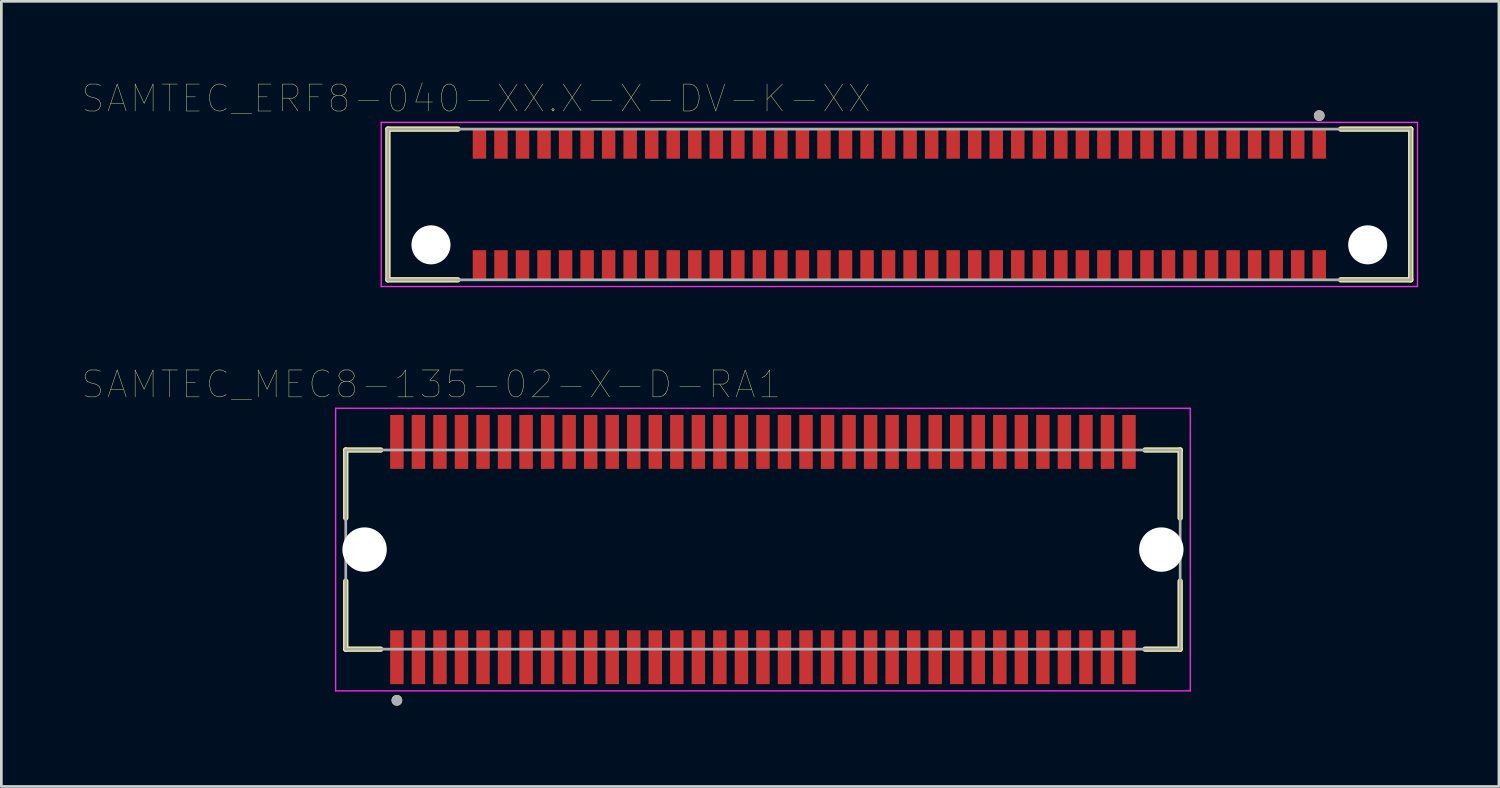
<source format=kicad_pcb>
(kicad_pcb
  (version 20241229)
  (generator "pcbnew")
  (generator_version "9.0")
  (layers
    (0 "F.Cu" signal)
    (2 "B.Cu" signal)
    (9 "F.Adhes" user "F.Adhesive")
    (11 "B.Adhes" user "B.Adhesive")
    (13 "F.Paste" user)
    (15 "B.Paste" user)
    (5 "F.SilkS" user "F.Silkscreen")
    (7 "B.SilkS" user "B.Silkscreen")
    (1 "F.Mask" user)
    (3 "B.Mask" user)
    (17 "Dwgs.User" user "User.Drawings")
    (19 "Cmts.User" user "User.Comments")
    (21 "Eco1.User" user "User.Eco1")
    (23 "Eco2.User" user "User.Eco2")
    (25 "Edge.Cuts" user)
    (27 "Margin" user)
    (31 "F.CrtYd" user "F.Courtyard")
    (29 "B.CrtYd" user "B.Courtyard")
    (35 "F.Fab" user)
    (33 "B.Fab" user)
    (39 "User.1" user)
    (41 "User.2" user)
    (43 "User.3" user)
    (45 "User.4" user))
  (footprint "SAMTEC_MEC8-135-02-X-D-RA1"
    (layer "F.Cu")
    (at 25.295 17.368)
    (property "Reference" "SAMTEC_MEC8-135-02-X-D-RA1" (at -12.325 -6.135 0) (layer "F.SilkS") (effects (font (size 1 1) (thickness 0.015))))
    (attr through_hole)
    (fp_line (start -15.5 -3.7) (end -15.5 -1.175) (stroke (width 0.2) (type solid)) (layer "F.SilkS"))
    (fp_line (start -15.5 1.175) (end -15.5 3.7) (stroke (width 0.2) (type solid)) (layer "F.SilkS"))
    (fp_line (start -15.5 3.7) (end -14.2 3.7) (stroke (width 0.2) (type solid)) (layer "F.SilkS"))
    (fp_line (start -14.2 -3.7) (end -15.5 -3.7) (stroke (width 0.2) (type solid)) (layer "F.SilkS"))
    (fp_line (start 14.2 3.7) (end 15.5 3.7) (stroke (width 0.2) (type solid)) (layer "F.SilkS"))
    (fp_line (start 15.5 -3.7) (end 14.2 -3.7) (stroke (width 0.2) (type solid)) (layer "F.SilkS"))
    (fp_line (start 15.5 -1.175) (end 15.5 -3.7) (stroke (width 0.2) (type solid)) (layer "F.SilkS"))
    (fp_line (start 15.5 3.7) (end 15.5 1.175) (stroke (width 0.2) (type solid)) (layer "F.SilkS"))
    (fp_circle (center -13.6 5.6) (end -13.5 5.6) (stroke (width 0.2) (type solid)) (fill no) (layer "F.SilkS"))
    (fp_line (start -15.875 -5.25) (end -15.875 5.25) (stroke (width 0.05) (type solid)) (layer "F.CrtYd"))
    (fp_line (start -15.875 5.25) (end 15.875 5.25) (stroke (width 0.05) (type solid)) (layer "F.CrtYd"))
    (fp_line (start 15.875 -5.25) (end -15.875 -5.25) (stroke (width 0.05) (type solid)) (layer "F.CrtYd"))
    (fp_line (start 15.875 5.25) (end 15.875 -5.25) (stroke (width 0.05) (type solid)) (layer "F.CrtYd"))
    (fp_line (start -15.5 -3.7) (end -15.5 3.7) (stroke (width 0.1) (type solid)) (layer "F.Fab"))
    (fp_line (start -15.5 3.7) (end 15.5 3.7) (stroke (width 0.1) (type solid)) (layer "F.Fab"))
    (fp_line (start 15.5 -3.7) (end -15.5 -3.7) (stroke (width 0.1) (type solid)) (layer "F.Fab"))
    (fp_line (start 15.5 3.7) (end 15.5 -3.7) (stroke (width 0.1) (type solid)) (layer "F.Fab"))
    (fp_circle (center -13.6 5.6) (end -13.5 5.6) (stroke (width 0.2) (type solid)) (fill no) (layer "F.Fab"))
    (pad "" np_thru_hole circle (at -14.8 0) (size 1.65 1.65) (drill 1.65) (layers "*.Cu" "*.Mask"))
    (pad "" np_thru_hole circle (at 14.8 0) (size 1.65 1.65) (drill 1.65) (layers "*.Cu" "*.Mask"))
    (pad "1" smd rect (at -13.6 4) (size 0.5 2) (layers "F.Cu" "F.Mask" "F.Paste"))
    (pad "2" smd rect (at -13.6 -4) (size 0.5 2) (layers "F.Cu" "F.Mask" "F.Paste"))
    (pad "3" smd rect (at -12.8 4) (size 0.5 2) (layers "F.Cu" "F.Mask" "F.Paste"))
    (pad "4" smd rect (at -12.8 -4) (size 0.5 2) (layers "F.Cu" "F.Mask" "F.Paste"))
    (pad "5" smd rect (at -12 4) (size 0.5 2) (layers "F.Cu" "F.Mask" "F.Paste"))
    (pad "6" smd rect (at -12 -4) (size 0.5 2) (layers "F.Cu" "F.Mask" "F.Paste"))
    (pad "7" smd rect (at -11.2 4) (size 0.5 2) (layers "F.Cu" "F.Mask" "F.Paste"))
    (pad "8" smd rect (at -11.2 -4) (size 0.5 2) (layers "F.Cu" "F.Mask" "F.Paste"))
    (pad "9" smd rect (at -10.4 4) (size 0.5 2) (layers "F.Cu" "F.Mask" "F.Paste"))
    (pad "10" smd rect (at -10.4 -4) (size 0.5 2) (layers "F.Cu" "F.Mask" "F.Paste"))
    (pad "11" smd rect (at -9.6 4) (size 0.5 2) (layers "F.Cu" "F.Mask" "F.Paste"))
    (pad "12" smd rect (at -9.6 -4) (size 0.5 2) (layers "F.Cu" "F.Mask" "F.Paste"))
    (pad "13" smd rect (at -8.8 4) (size 0.5 2) (layers "F.Cu" "F.Mask" "F.Paste"))
    (pad "14" smd rect (at -8.8 -4) (size 0.5 2) (layers "F.Cu" "F.Mask" "F.Paste"))
    (pad "15" smd rect (at -8 4) (size 0.5 2) (layers "F.Cu" "F.Mask" "F.Paste"))
    (pad "16" smd rect (at -8 -4) (size 0.5 2) (layers "F.Cu" "F.Mask" "F.Paste"))
    (pad "17" smd rect (at -7.2 4) (size 0.5 2) (layers "F.Cu" "F.Mask" "F.Paste"))
    (pad "18" smd rect (at -7.2 -4) (size 0.5 2) (layers "F.Cu" "F.Mask" "F.Paste"))
    (pad "19" smd rect (at -6.4 4) (size 0.5 2) (layers "F.Cu" "F.Mask" "F.Paste"))
    (pad "20" smd rect (at -6.4 -4) (size 0.5 2) (layers "F.Cu" "F.Mask" "F.Paste"))
    (pad "21" smd rect (at -5.6 4) (size 0.5 2) (layers "F.Cu" "F.Mask" "F.Paste"))
    (pad "22" smd rect (at -5.6 -4) (size 0.5 2) (layers "F.Cu" "F.Mask" "F.Paste"))
    (pad "23" smd rect (at -4.8 4) (size 0.5 2) (layers "F.Cu" "F.Mask" "F.Paste"))
    (pad "24" smd rect (at -4.8 -4) (size 0.5 2) (layers "F.Cu" "F.Mask" "F.Paste"))
    (pad "25" smd rect (at -4 4) (size 0.5 2) (layers "F.Cu" "F.Mask" "F.Paste"))
    (pad "26" smd rect (at -4 -4) (size 0.5 2) (layers "F.Cu" "F.Mask" "F.Paste"))
    (pad "27" smd rect (at -3.2 4) (size 0.5 2) (layers "F.Cu" "F.Mask" "F.Paste"))
    (pad "28" smd rect (at -3.2 -4) (size 0.5 2) (layers "F.Cu" "F.Mask" "F.Paste"))
    (pad "29" smd rect (at -2.4 4) (size 0.5 2) (layers "F.Cu" "F.Mask" "F.Paste"))
    (pad "30" smd rect (at -2.4 -4) (size 0.5 2) (layers "F.Cu" "F.Mask" "F.Paste"))
    (pad "31" smd rect (at -1.6 4) (size 0.5 2) (layers "F.Cu" "F.Mask" "F.Paste"))
    (pad "32" smd rect (at -1.6 -4) (size 0.5 2) (layers "F.Cu" "F.Mask" "F.Paste"))
    (pad "33" smd rect (at -0.8 4) (size 0.5 2) (layers "F.Cu" "F.Mask" "F.Paste"))
    (pad "34" smd rect (at -0.8 -4) (size 0.5 2) (layers "F.Cu" "F.Mask" "F.Paste"))
    (pad "35" smd rect (at 0 4) (size 0.5 2) (layers "F.Cu" "F.Mask" "F.Paste"))
    (pad "36" smd rect (at 0 -4) (size 0.5 2) (layers "F.Cu" "F.Mask" "F.Paste"))
    (pad "37" smd rect (at 0.8 4) (size 0.5 2) (layers "F.Cu" "F.Mask" "F.Paste"))
    (pad "38" smd rect (at 0.8 -4) (size 0.5 2) (layers "F.Cu" "F.Mask" "F.Paste"))
    (pad "39" smd rect (at 1.6 4) (size 0.5 2) (layers "F.Cu" "F.Mask" "F.Paste"))
    (pad "40" smd rect (at 1.6 -4) (size 0.5 2) (layers "F.Cu" "F.Mask" "F.Paste"))
    (pad "41" smd rect (at 2.4 4) (size 0.5 2) (layers "F.Cu" "F.Mask" "F.Paste"))
    (pad "42" smd rect (at 2.4 -4) (size 0.5 2) (layers "F.Cu" "F.Mask" "F.Paste"))
    (pad "43" smd rect (at 3.2 4) (size 0.5 2) (layers "F.Cu" "F.Mask" "F.Paste"))
    (pad "44" smd rect (at 3.2 -4) (size 0.5 2) (layers "F.Cu" "F.Mask" "F.Paste"))
    (pad "45" smd rect (at 4 4) (size 0.5 2) (layers "F.Cu" "F.Mask" "F.Paste"))
    (pad "46" smd rect (at 4 -4) (size 0.5 2) (layers "F.Cu" "F.Mask" "F.Paste"))
    (pad "47" smd rect (at 4.8 4) (size 0.5 2) (layers "F.Cu" "F.Mask" "F.Paste"))
    (pad "48" smd rect (at 4.8 -4) (size 0.5 2) (layers "F.Cu" "F.Mask" "F.Paste"))
    (pad "49" smd rect (at 5.6 4) (size 0.5 2) (layers "F.Cu" "F.Mask" "F.Paste"))
    (pad "50" smd rect (at 5.6 -4) (size 0.5 2) (layers "F.Cu" "F.Mask" "F.Paste"))
    (pad "51" smd rect (at 6.4 4) (size 0.5 2) (layers "F.Cu" "F.Mask" "F.Paste"))
    (pad "52" smd rect (at 6.4 -4) (size 0.5 2) (layers "F.Cu" "F.Mask" "F.Paste"))
    (pad "53" smd rect (at 7.2 4) (size 0.5 2) (layers "F.Cu" "F.Mask" "F.Paste"))
    (pad "54" smd rect (at 7.2 -4) (size 0.5 2) (layers "F.Cu" "F.Mask" "F.Paste"))
    (pad "55" smd rect (at 8 4) (size 0.5 2) (layers "F.Cu" "F.Mask" "F.Paste"))
    (pad "56" smd rect (at 8 -4) (size 0.5 2) (layers "F.Cu" "F.Mask" "F.Paste"))
    (pad "57" smd rect (at 8.8 4) (size 0.5 2) (layers "F.Cu" "F.Mask" "F.Paste"))
    (pad "58" smd rect (at 8.8 -4) (size 0.5 2) (layers "F.Cu" "F.Mask" "F.Paste"))
    (pad "59" smd rect (at 9.6 4) (size 0.5 2) (layers "F.Cu" "F.Mask" "F.Paste"))
    (pad "60" smd rect (at 9.6 -4) (size 0.5 2) (layers "F.Cu" "F.Mask" "F.Paste"))
    (pad "61" smd rect (at 10.4 4) (size 0.5 2) (layers "F.Cu" "F.Mask" "F.Paste"))
    (pad "62" smd rect (at 10.4 -4) (size 0.5 2) (layers "F.Cu" "F.Mask" "F.Paste"))
    (pad "63" smd rect (at 11.2 4) (size 0.5 2) (layers "F.Cu" "F.Mask" "F.Paste"))
    (pad "64" smd rect (at 11.2 -4) (size 0.5 2) (layers "F.Cu" "F.Mask" "F.Paste"))
    (pad "65" smd rect (at 12 4) (size 0.5 2) (layers "F.Cu" "F.Mask" "F.Paste"))
    (pad "66" smd rect (at 12 -4) (size 0.5 2) (layers "F.Cu" "F.Mask" "F.Paste"))
    (pad "67" smd rect (at 12.8 4) (size 0.5 2) (layers "F.Cu" "F.Mask" "F.Paste"))
    (pad "68" smd rect (at 12.8 -4) (size 0.5 2) (layers "F.Cu" "F.Mask" "F.Paste"))
    (pad "69" smd rect (at 13.6 4) (size 0.5 2) (layers "F.Cu" "F.Mask" "F.Paste"))
    (pad "70" smd rect (at 13.6 -4) (size 0.5 2) (layers "F.Cu" "F.Mask" "F.Paste")))
  (footprint "SAMTEC_ERF8-040-XX.X-X-DV-K-XX"
    (layer "F.Cu")
    (at 30.362 4.546)
    (property "Reference" "SAMTEC_ERF8-040-XX.X-X-DV-K-XX" (at -15.725 -3.935 0) (layer "F.SilkS") (effects (font (size 1 1) (thickness 0.015))))
    (attr through_hole)
    (fp_line (start -19 -2.8) (end -19 2.8) (stroke (width 0.2) (type solid)) (layer "F.SilkS"))
    (fp_line (start -19 2.8) (end -16.4 2.8) (stroke (width 0.2) (type solid)) (layer "F.SilkS"))
    (fp_line (start -16.4 -2.8) (end -19 -2.8) (stroke (width 0.2) (type solid)) (layer "F.SilkS"))
    (fp_line (start 16.4 -2.8) (end 19 -2.8) (stroke (width 0.2) (type solid)) (layer "F.SilkS"))
    (fp_line (start 19 -2.8) (end 19 2.8) (stroke (width 0.2) (type solid)) (layer "F.SilkS"))
    (fp_line (start 19 2.8) (end 16.4 2.8) (stroke (width 0.2) (type solid)) (layer "F.SilkS"))
    (fp_circle (center 15.6 -3.3) (end 15.7 -3.3) (stroke (width 0.2) (type solid)) (fill no) (layer "F.SilkS"))
    (fp_line (start -19.25 -3.05) (end -19.25 3.05) (stroke (width 0.05) (type solid)) (layer "F.CrtYd"))
    (fp_line (start -19.25 3.05) (end 19.25 3.05) (stroke (width 0.05) (type solid)) (layer "F.CrtYd"))
    (fp_line (start 19.25 -3.05) (end -19.25 -3.05) (stroke (width 0.05) (type solid)) (layer "F.CrtYd"))
    (fp_line (start 19.25 3.05) (end 19.25 -3.05) (stroke (width 0.05) (type solid)) (layer "F.CrtYd"))
    (fp_line (start -19 -2.8) (end -19 2.8) (stroke (width 0.1) (type solid)) (layer "F.Fab"))
    (fp_line (start -19 2.8) (end 19 2.8) (stroke (width 0.1) (type solid)) (layer "F.Fab"))
    (fp_line (start 19 -2.8) (end -19 -2.8) (stroke (width 0.1) (type solid)) (layer "F.Fab"))
    (fp_line (start 19 2.8) (end 19 -2.8) (stroke (width 0.1) (type solid)) (layer "F.Fab"))
    (fp_circle (center 15.6 -3.3) (end 15.7 -3.3) (stroke (width 0.2) (type solid)) (fill no) (layer "F.Fab"))
    (pad "" np_thru_hole circle (at -17.4 1.5) (size 1.45 1.45) (drill 1.45) (layers "*.Cu" "*.Mask"))
    (pad "" np_thru_hole circle (at 17.4 1.5) (size 1.45 1.45) (drill 1.45) (layers "*.Cu" "*.Mask"))
    (pad "01" smd rect (at 15.6 -2.25) (size 0.5 1.1) (layers "F.Cu" "F.Mask" "F.Paste"))
    (pad "02" smd rect (at 15.6 2.25) (size 0.5 1.1) (layers "F.Cu" "F.Mask" "F.Paste"))
    (pad "03" smd rect (at 14.8 -2.25) (size 0.5 1.1) (layers "F.Cu" "F.Mask" "F.Paste"))
    (pad "04" smd rect (at 14.8 2.25) (size 0.5 1.1) (layers "F.Cu" "F.Mask" "F.Paste"))
    (pad "05" smd rect (at 14 -2.25) (size 0.5 1.1) (layers "F.Cu" "F.Mask" "F.Paste"))
    (pad "06" smd rect (at 14 2.25) (size 0.5 1.1) (layers "F.Cu" "F.Mask" "F.Paste"))
    (pad "07" smd rect (at 13.2 -2.25) (size 0.5 1.1) (layers "F.Cu" "F.Mask" "F.Paste"))
    (pad "08" smd rect (at 13.2 2.25) (size 0.5 1.1) (layers "F.Cu" "F.Mask" "F.Paste"))
    (pad "09" smd rect (at 12.4 -2.25) (size 0.5 1.1) (layers "F.Cu" "F.Mask" "F.Paste"))
    (pad "10" smd rect (at 12.4 2.25) (size 0.5 1.1) (layers "F.Cu" "F.Mask" "F.Paste"))
    (pad "11" smd rect (at 11.6 -2.25) (size 0.5 1.1) (layers "F.Cu" "F.Mask" "F.Paste"))
    (pad "12" smd rect (at 11.6 2.25) (size 0.5 1.1) (layers "F.Cu" "F.Mask" "F.Paste"))
    (pad "13" smd rect (at 10.8 -2.25) (size 0.5 1.1) (layers "F.Cu" "F.Mask" "F.Paste"))
    (pad "14" smd rect (at 10.8 2.25) (size 0.5 1.1) (layers "F.Cu" "F.Mask" "F.Paste"))
    (pad "15" smd rect (at 10 -2.25) (size 0.5 1.1) (layers "F.Cu" "F.Mask" "F.Paste"))
    (pad "16" smd rect (at 10 2.25) (size 0.5 1.1) (layers "F.Cu" "F.Mask" "F.Paste"))
    (pad "17" smd rect (at 9.2 -2.25) (size 0.5 1.1) (layers "F.Cu" "F.Mask" "F.Paste"))
    (pad "18" smd rect (at 9.2 2.25) (size 0.5 1.1) (layers "F.Cu" "F.Mask" "F.Paste"))
    (pad "19" smd rect (at 8.4 -2.25) (size 0.5 1.1) (layers "F.Cu" "F.Mask" "F.Paste"))
    (pad "20" smd rect (at 8.4 2.25) (size 0.5 1.1) (layers "F.Cu" "F.Mask" "F.Paste"))
    (pad "21" smd rect (at 7.6 -2.25) (size 0.5 1.1) (layers "F.Cu" "F.Mask" "F.Paste"))
    (pad "22" smd rect (at 7.6 2.25) (size 0.5 1.1) (layers "F.Cu" "F.Mask" "F.Paste"))
    (pad "23" smd rect (at 6.8 -2.25) (size 0.5 1.1) (layers "F.Cu" "F.Mask" "F.Paste"))
    (pad "24" smd rect (at 6.8 2.25) (size 0.5 1.1) (layers "F.Cu" "F.Mask" "F.Paste"))
    (pad "25" smd rect (at 6 -2.25) (size 0.5 1.1) (layers "F.Cu" "F.Mask" "F.Paste"))
    (pad "26" smd rect (at 6 2.25) (size 0.5 1.1) (layers "F.Cu" "F.Mask" "F.Paste"))
    (pad "27" smd rect (at 5.2 -2.25) (size 0.5 1.1) (layers "F.Cu" "F.Mask" "F.Paste"))
    (pad "28" smd rect (at 5.2 2.25) (size 0.5 1.1) (layers "F.Cu" "F.Mask" "F.Paste"))
    (pad "29" smd rect (at 4.4 -2.25) (size 0.5 1.1) (layers "F.Cu" "F.Mask" "F.Paste"))
    (pad "30" smd rect (at 4.4 2.25) (size 0.5 1.1) (layers "F.Cu" "F.Mask" "F.Paste"))
    (pad "31" smd rect (at 3.6 -2.25) (size 0.5 1.1) (layers "F.Cu" "F.Mask" "F.Paste"))
    (pad "32" smd rect (at 3.6 2.25) (size 0.5 1.1) (layers "F.Cu" "F.Mask" "F.Paste"))
    (pad "33" smd rect (at 2.8 -2.25) (size 0.5 1.1) (layers "F.Cu" "F.Mask" "F.Paste"))
    (pad "34" smd rect (at 2.8 2.25) (size 0.5 1.1) (layers "F.Cu" "F.Mask" "F.Paste"))
    (pad "35" smd rect (at 2 -2.25) (size 0.5 1.1) (layers "F.Cu" "F.Mask" "F.Paste"))
    (pad "36" smd rect (at 2 2.25) (size 0.5 1.1) (layers "F.Cu" "F.Mask" "F.Paste"))
    (pad "37" smd rect (at 1.2 -2.25) (size 0.5 1.1) (layers "F.Cu" "F.Mask" "F.Paste"))
    (pad "38" smd rect (at 1.2 2.25) (size 0.5 1.1) (layers "F.Cu" "F.Mask" "F.Paste"))
    (pad "39" smd rect (at 0.4 -2.25) (size 0.5 1.1) (layers "F.Cu" "F.Mask" "F.Paste"))
    (pad "40" smd rect (at 0.4 2.25) (size 0.5 1.1) (layers "F.Cu" "F.Mask" "F.Paste"))
    (pad "41" smd rect (at -0.4 -2.25) (size 0.5 1.1) (layers "F.Cu" "F.Mask" "F.Paste"))
    (pad "42" smd rect (at -0.4 2.25) (size 0.5 1.1) (layers "F.Cu" "F.Mask" "F.Paste"))
    (pad "43" smd rect (at -1.2 -2.25) (size 0.5 1.1) (layers "F.Cu" "F.Mask" "F.Paste"))
    (pad "44" smd rect (at -1.2 2.25) (size 0.5 1.1) (layers "F.Cu" "F.Mask" "F.Paste"))
    (pad "45" smd rect (at -2 -2.25) (size 0.5 1.1) (layers "F.Cu" "F.Mask" "F.Paste"))
    (pad "46" smd rect (at -2 2.25) (size 0.5 1.1) (layers "F.Cu" "F.Mask" "F.Paste"))
    (pad "47" smd rect (at -2.8 -2.25) (size 0.5 1.1) (layers "F.Cu" "F.Mask" "F.Paste"))
    (pad "48" smd rect (at -2.8 2.25) (size 0.5 1.1) (layers "F.Cu" "F.Mask" "F.Paste"))
    (pad "49" smd rect (at -3.6 -2.25) (size 0.5 1.1) (layers "F.Cu" "F.Mask" "F.Paste"))
    (pad "50" smd rect (at -3.6 2.25) (size 0.5 1.1) (layers "F.Cu" "F.Mask" "F.Paste"))
    (pad "51" smd rect (at -4.4 -2.25) (size 0.5 1.1) (layers "F.Cu" "F.Mask" "F.Paste"))
    (pad "52" smd rect (at -4.4 2.25) (size 0.5 1.1) (layers "F.Cu" "F.Mask" "F.Paste"))
    (pad "53" smd rect (at -5.2 -2.25) (size 0.5 1.1) (layers "F.Cu" "F.Mask" "F.Paste"))
    (pad "54" smd rect (at -5.2 2.25) (size 0.5 1.1) (layers "F.Cu" "F.Mask" "F.Paste"))
    (pad "55" smd rect (at -6 -2.25) (size 0.5 1.1) (layers "F.Cu" "F.Mask" "F.Paste"))
    (pad "56" smd rect (at -6 2.25) (size 0.5 1.1) (layers "F.Cu" "F.Mask" "F.Paste"))
    (pad "57" smd rect (at -6.8 -2.25) (size 0.5 1.1) (layers "F.Cu" "F.Mask" "F.Paste"))
    (pad "58" smd rect (at -6.8 2.25) (size 0.5 1.1) (layers "F.Cu" "F.Mask" "F.Paste"))
    (pad "59" smd rect (at -7.6 -2.25) (size 0.5 1.1) (layers "F.Cu" "F.Mask" "F.Paste"))
    (pad "60" smd rect (at -7.6 2.25) (size 0.5 1.1) (layers "F.Cu" "F.Mask" "F.Paste"))
    (pad "61" smd rect (at -8.4 -2.25) (size 0.5 1.1) (layers "F.Cu" "F.Mask" "F.Paste"))
    (pad "62" smd rect (at -8.4 2.25) (size 0.5 1.1) (layers "F.Cu" "F.Mask" "F.Paste"))
    (pad "63" smd rect (at -9.2 -2.25) (size 0.5 1.1) (layers "F.Cu" "F.Mask" "F.Paste"))
    (pad "64" smd rect (at -9.2 2.25) (size 0.5 1.1) (layers "F.Cu" "F.Mask" "F.Paste"))
    (pad "65" smd rect (at -10 -2.25) (size 0.5 1.1) (layers "F.Cu" "F.Mask" "F.Paste"))
    (pad "66" smd rect (at -10 2.25) (size 0.5 1.1) (layers "F.Cu" "F.Mask" "F.Paste"))
    (pad "67" smd rect (at -10.8 -2.25) (size 0.5 1.1) (layers "F.Cu" "F.Mask" "F.Paste"))
    (pad "68" smd rect (at -10.8 2.25) (size 0.5 1.1) (layers "F.Cu" "F.Mask" "F.Paste"))
    (pad "69" smd rect (at -11.6 -2.25) (size 0.5 1.1) (layers "F.Cu" "F.Mask" "F.Paste"))
    (pad "70" smd rect (at -11.6 2.25) (size 0.5 1.1) (layers "F.Cu" "F.Mask" "F.Paste"))
    (pad "71" smd rect (at -12.4 -2.25) (size 0.5 1.1) (layers "F.Cu" "F.Mask" "F.Paste"))
    (pad "72" smd rect (at -12.4 2.25) (size 0.5 1.1) (layers "F.Cu" "F.Mask" "F.Paste"))
    (pad "73" smd rect (at -13.2 -2.25) (size 0.5 1.1) (layers "F.Cu" "F.Mask" "F.Paste"))
    (pad "74" smd rect (at -13.2 2.25) (size 0.5 1.1) (layers "F.Cu" "F.Mask" "F.Paste"))
    (pad "75" smd rect (at -14 -2.25) (size 0.5 1.1) (layers "F.Cu" "F.Mask" "F.Paste"))
    (pad "76" smd rect (at -14 2.25) (size 0.5 1.1) (layers "F.Cu" "F.Mask" "F.Paste"))
    (pad "77" smd rect (at -14.8 -2.25) (size 0.5 1.1) (layers "F.Cu" "F.Mask" "F.Paste"))
    (pad "78" smd rect (at -14.8 2.25) (size 0.5 1.1) (layers "F.Cu" "F.Mask" "F.Paste"))
    (pad "79" smd rect (at -15.6 -2.25) (size 0.5 1.1) (layers "F.Cu" "F.Mask" "F.Paste"))
    (pad "80" smd rect (at -15.6 2.25) (size 0.5 1.1) (layers "F.Cu" "F.Mask" "F.Paste")))
  (gr_rect
    (start -3 -3)
    (end 52.637 26.168)
    (stroke (width 0.1) (type default))
    (fill no)
    (layer "Edge.Cuts")))
</source>
